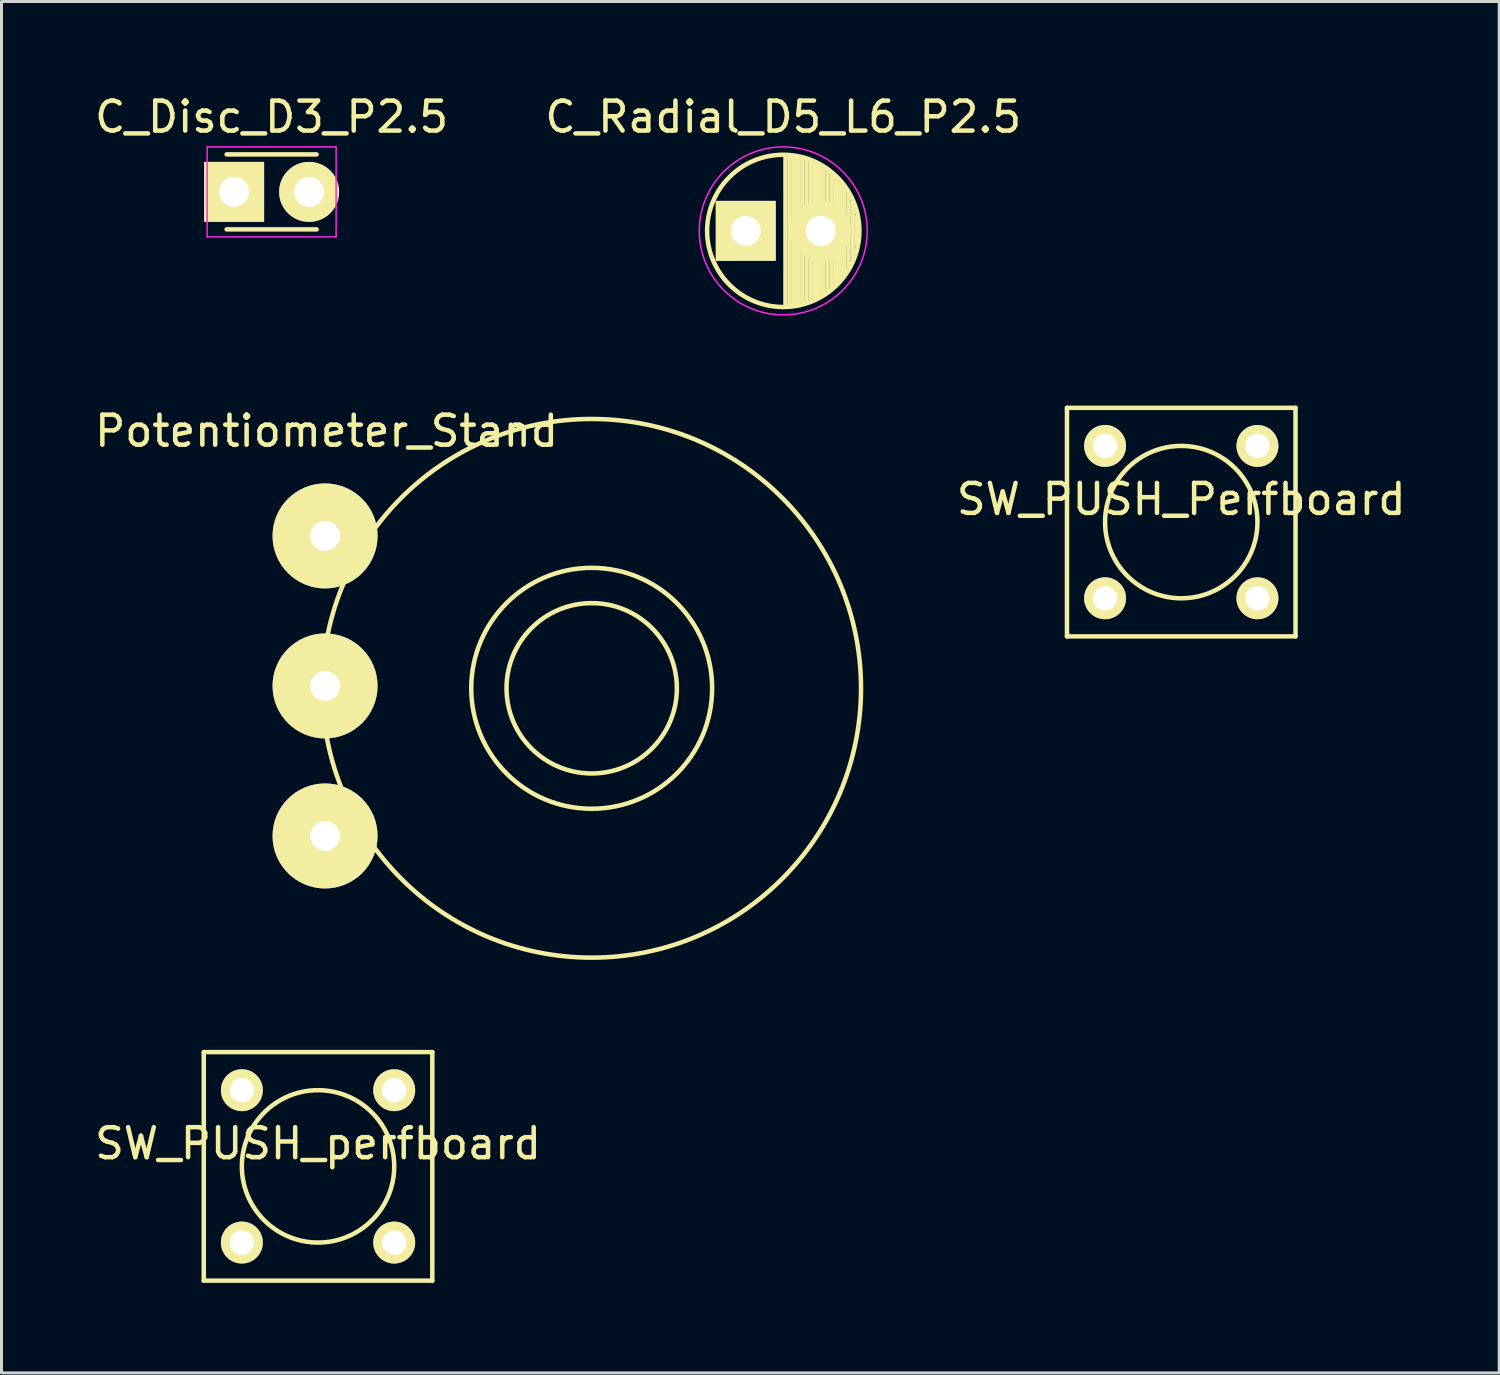
<source format=kicad_pcb>
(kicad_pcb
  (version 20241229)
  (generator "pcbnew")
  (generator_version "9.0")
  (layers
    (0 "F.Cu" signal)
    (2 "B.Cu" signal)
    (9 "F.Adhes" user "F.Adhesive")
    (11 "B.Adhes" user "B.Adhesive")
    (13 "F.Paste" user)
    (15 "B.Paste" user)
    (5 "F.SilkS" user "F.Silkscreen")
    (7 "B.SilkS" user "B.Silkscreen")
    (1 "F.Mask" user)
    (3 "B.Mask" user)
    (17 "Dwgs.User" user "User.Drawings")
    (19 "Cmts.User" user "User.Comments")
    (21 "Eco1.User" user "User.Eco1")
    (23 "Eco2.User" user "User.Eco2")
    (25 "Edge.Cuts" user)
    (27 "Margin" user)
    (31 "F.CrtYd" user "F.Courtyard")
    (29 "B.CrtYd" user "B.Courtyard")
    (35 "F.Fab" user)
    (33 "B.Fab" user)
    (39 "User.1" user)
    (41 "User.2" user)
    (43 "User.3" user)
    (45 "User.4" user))
  (footprint "SW_PUSH_perfboard"
    (layer "F.Cu")
    (at 7.554 35.839)
    (property "Reference" "SW_PUSH_perfboard" (at 0 -0.762 0) (layer "F.SilkS") (effects (font (size 1 1) (thickness 0.15))))
    (attr through_hole)
    (fp_line (start -3.81 -3.81) (end -3.81 3.81) (stroke (width 0.15) (type solid)) (layer "F.SilkS"))
    (fp_line (start -3.81 -3.81) (end 3.81 -3.81) (stroke (width 0.15) (type solid)) (layer "F.SilkS"))
    (fp_line (start 3.81 -3.81) (end 3.81 3.81) (stroke (width 0.15) (type solid)) (layer "F.SilkS"))
    (fp_line (start 3.81 3.81) (end -3.81 3.81) (stroke (width 0.15) (type solid)) (layer "F.SilkS"))
    (fp_circle (center 0 0) (end 0 -2.54) (stroke (width 0.15) (type solid)) (fill no) (layer "F.SilkS"))
    (pad "1" thru_hole circle (at -2.54 -2.54) (size 1.397 1.397) (drill 0.813) (layers "*.Cu" "*.Mask" "F.SilkS"))
    (pad "1" thru_hole circle (at 2.54 -2.54) (size 1.397 1.397) (drill 0.813) (layers "*.Cu" "*.Mask" "F.SilkS"))
    (pad "2" thru_hole circle (at -2.54 2.54) (size 1.397 1.397) (drill 0.813) (layers "*.Cu" "*.Mask" "F.SilkS"))
    (pad "2" thru_hole circle (at 2.54 2.54) (size 1.397 1.397) (drill 0.813) (layers "*.Cu" "*.Mask" "F.SilkS")))
  (footprint "C_Radial_D5_L6_P2.5"
    (layer "F.Cu")
    (at 21.815 4.648)
    (property "Reference" "C_Radial_D5_L6_P2.5" (at 1.25 -3.8 0) (layer "F.SilkS") (effects (font (size 1 1) (thickness 0.15))))
    (attr through_hole)
    (fp_line (start 1.325 -2.499) (end 1.325 2.499) (stroke (width 0.15) (type solid)) (layer "F.SilkS"))
    (fp_line (start 1.465 -2.491) (end 1.465 2.491) (stroke (width 0.15) (type solid)) (layer "F.SilkS"))
    (fp_line (start 1.605 -2.475) (end 1.605 -0.095) (stroke (width 0.15) (type solid)) (layer "F.SilkS"))
    (fp_line (start 1.605 0.095) (end 1.605 2.475) (stroke (width 0.15) (type solid)) (layer "F.SilkS"))
    (fp_line (start 1.745 -2.451) (end 1.745 -0.49) (stroke (width 0.15) (type solid)) (layer "F.SilkS"))
    (fp_line (start 1.745 0.49) (end 1.745 2.451) (stroke (width 0.15) (type solid)) (layer "F.SilkS"))
    (fp_line (start 1.885 -2.418) (end 1.885 -0.657) (stroke (width 0.15) (type solid)) (layer "F.SilkS"))
    (fp_line (start 1.885 0.657) (end 1.885 2.418) (stroke (width 0.15) (type solid)) (layer "F.SilkS"))
    (fp_line (start 2.025 -2.377) (end 2.025 -0.764) (stroke (width 0.15) (type solid)) (layer "F.SilkS"))
    (fp_line (start 2.025 0.764) (end 2.025 2.377) (stroke (width 0.15) (type solid)) (layer "F.SilkS"))
    (fp_line (start 2.165 -2.327) (end 2.165 -0.835) (stroke (width 0.15) (type solid)) (layer "F.SilkS"))
    (fp_line (start 2.165 0.835) (end 2.165 2.327) (stroke (width 0.15) (type solid)) (layer "F.SilkS"))
    (fp_line (start 2.305 -2.266) (end 2.305 -0.879) (stroke (width 0.15) (type solid)) (layer "F.SilkS"))
    (fp_line (start 2.305 0.879) (end 2.305 2.266) (stroke (width 0.15) (type solid)) (layer "F.SilkS"))
    (fp_line (start 2.445 -2.196) (end 2.445 -0.898) (stroke (width 0.15) (type solid)) (layer "F.SilkS"))
    (fp_line (start 2.445 0.898) (end 2.445 2.196) (stroke (width 0.15) (type solid)) (layer "F.SilkS"))
    (fp_line (start 2.585 -2.114) (end 2.585 -0.896) (stroke (width 0.15) (type solid)) (layer "F.SilkS"))
    (fp_line (start 2.585 0.896) (end 2.585 2.114) (stroke (width 0.15) (type solid)) (layer "F.SilkS"))
    (fp_line (start 2.725 -2.019) (end 2.725 -0.871) (stroke (width 0.15) (type solid)) (layer "F.SilkS"))
    (fp_line (start 2.725 0.871) (end 2.725 2.019) (stroke (width 0.15) (type solid)) (layer "F.SilkS"))
    (fp_line (start 2.865 -1.908) (end 2.865 -0.823) (stroke (width 0.15) (type solid)) (layer "F.SilkS"))
    (fp_line (start 2.865 0.823) (end 2.865 1.908) (stroke (width 0.15) (type solid)) (layer "F.SilkS"))
    (fp_line (start 3.005 -1.78) (end 3.005 -0.745) (stroke (width 0.15) (type solid)) (layer "F.SilkS"))
    (fp_line (start 3.005 0.745) (end 3.005 1.78) (stroke (width 0.15) (type solid)) (layer "F.SilkS"))
    (fp_line (start 3.145 -1.631) (end 3.145 -0.628) (stroke (width 0.15) (type solid)) (layer "F.SilkS"))
    (fp_line (start 3.145 0.628) (end 3.145 1.631) (stroke (width 0.15) (type solid)) (layer "F.SilkS"))
    (fp_line (start 3.285 -1.452) (end 3.285 -0.44) (stroke (width 0.15) (type solid)) (layer "F.SilkS"))
    (fp_line (start 3.285 0.44) (end 3.285 1.452) (stroke (width 0.15) (type solid)) (layer "F.SilkS"))
    (fp_line (start 3.425 -1.233) (end 3.425 1.233) (stroke (width 0.15) (type solid)) (layer "F.SilkS"))
    (fp_line (start 3.565 -0.944) (end 3.565 0.944) (stroke (width 0.15) (type solid)) (layer "F.SilkS"))
    (fp_line (start 3.705 -0.472) (end 3.705 0.472) (stroke (width 0.15) (type solid)) (layer "F.SilkS"))
    (fp_circle (center 1.25 0) (end 1.25 -2.538) (stroke (width 0.15) (type solid)) (fill no) (layer "F.SilkS"))
    (fp_circle (center 2.5 0) (end 2.5 -0.9) (stroke (width 0.15) (type solid)) (fill no) (layer "F.SilkS"))
    (fp_circle (center 1.25 0) (end 1.25 -2.8) (stroke (width 0.05) (type solid)) (fill no) (layer "F.CrtYd"))
    (pad "1" thru_hole rect (at 0 0) (size 2 2) (drill 1) (layers "*.Cu" "*.Mask" "F.SilkS"))
    (pad "2" thru_hole circle (at 2.5 0) (size 2 2) (drill 1) (layers "*.Cu" "*.Mask" "F.SilkS")))
  (footprint "SW_PUSH_Perfboard"
    (layer "F.Cu")
    (at 36.335 14.358)
    (property "Reference" "SW_PUSH_Perfboard" (at 0 -0.762 0) (layer "F.SilkS") (effects (font (size 1 1) (thickness 0.15))))
    (attr through_hole)
    (fp_line (start -3.81 -3.81) (end -3.81 3.81) (stroke (width 0.15) (type solid)) (layer "F.SilkS"))
    (fp_line (start -3.81 -3.81) (end 3.81 -3.81) (stroke (width 0.15) (type solid)) (layer "F.SilkS"))
    (fp_line (start 3.81 -3.81) (end 3.81 3.81) (stroke (width 0.15) (type solid)) (layer "F.SilkS"))
    (fp_line (start 3.81 3.81) (end -3.81 3.81) (stroke (width 0.15) (type solid)) (layer "F.SilkS"))
    (fp_circle (center 0 0) (end 0 -2.54) (stroke (width 0.15) (type solid)) (fill no) (layer "F.SilkS"))
    (pad "1" thru_hole circle (at -2.54 -2.54) (size 1.397 1.397) (drill 0.813) (layers "*.Cu" "*.Mask" "F.SilkS"))
    (pad "1" thru_hole circle (at 2.54 -2.54) (size 1.397 1.397) (drill 0.813) (layers "*.Cu" "*.Mask" "F.SilkS"))
    (pad "2" thru_hole circle (at -2.54 2.54) (size 1.397 1.397) (drill 0.813) (layers "*.Cu" "*.Mask" "F.SilkS"))
    (pad "2" thru_hole circle (at 2.54 2.54) (size 1.397 1.397) (drill 0.813) (layers "*.Cu" "*.Mask" "F.SilkS")))
  (footprint "C_Disc_D3_P2.5"
    (layer "F.Cu")
    (at 4.756 3.348)
    (property "Reference" "C_Disc_D3_P2.5" (at 1.25 -2.5 0) (layer "F.SilkS") (effects (font (size 1 1) (thickness 0.15))))
    (attr through_hole)
    (fp_line (start -0.25 -1.25) (end 2.75 -1.25) (stroke (width 0.15) (type solid)) (layer "F.SilkS"))
    (fp_line (start 2.75 1.25) (end -0.25 1.25) (stroke (width 0.15) (type solid)) (layer "F.SilkS"))
    (fp_line (start -0.9 -1.5) (end 3.4 -1.5) (stroke (width 0.05) (type solid)) (layer "F.CrtYd"))
    (fp_line (start -0.9 1.5) (end -0.9 -1.5) (stroke (width 0.05) (type solid)) (layer "F.CrtYd"))
    (fp_line (start 3.4 -1.5) (end 3.4 1.5) (stroke (width 0.05) (type solid)) (layer "F.CrtYd"))
    (fp_line (start 3.4 1.5) (end -0.9 1.5) (stroke (width 0.05) (type solid)) (layer "F.CrtYd"))
    (pad "1" thru_hole rect (at 0 0) (size 2 2) (drill 1) (layers "*.Cu" "*.Mask" "F.SilkS"))
    (pad "2" thru_hole circle (at 2.5 0) (size 2 2) (drill 1) (layers "*.Cu" "*.Mask" "F.SilkS")))
  (footprint "Potentiometer_Stand"
    (layer "F.Cu")
    (at 7.788 14.819)
    (property "Reference" "Potentiometer_Stand" (at 0.051 -3.498 0) (layer "F.SilkS") (effects (font (size 1 1) (thickness 0.15))))
    (attr through_hole)
    (fp_circle (center 8.89 5.08) (end 10.16 7.62) (stroke (width 0.15) (type solid)) (fill no) (layer "F.SilkS"))
    (fp_circle (center 8.89 5.08) (end 10.16 8.89) (stroke (width 0.15) (type solid)) (fill no) (layer "F.SilkS"))
    (fp_circle (center 8.89 5.08) (end 15.24 11.43) (stroke (width 0.15) (type solid)) (fill no) (layer "F.SilkS"))
    (pad "1" thru_hole circle (at 0 0) (size 3.5 3.5) (drill 1) (layers "*.Cu" "*.Mask" "F.SilkS"))
    (pad "2" thru_hole circle (at 0 5.001) (size 3.5 3.5) (drill 1) (layers "*.Cu" "*.Mask" "F.SilkS"))
    (pad "3" thru_hole circle (at 0 10.003) (size 3.5 3.5) (drill 1) (layers "*.Cu" "*.Mask" "F.SilkS")))
  (gr_rect
    (start -3 -3)
    (end 46.936 42.724)
    (stroke (width 0.1) (type default))
    (fill no)
    (layer "Edge.Cuts")))
</source>
